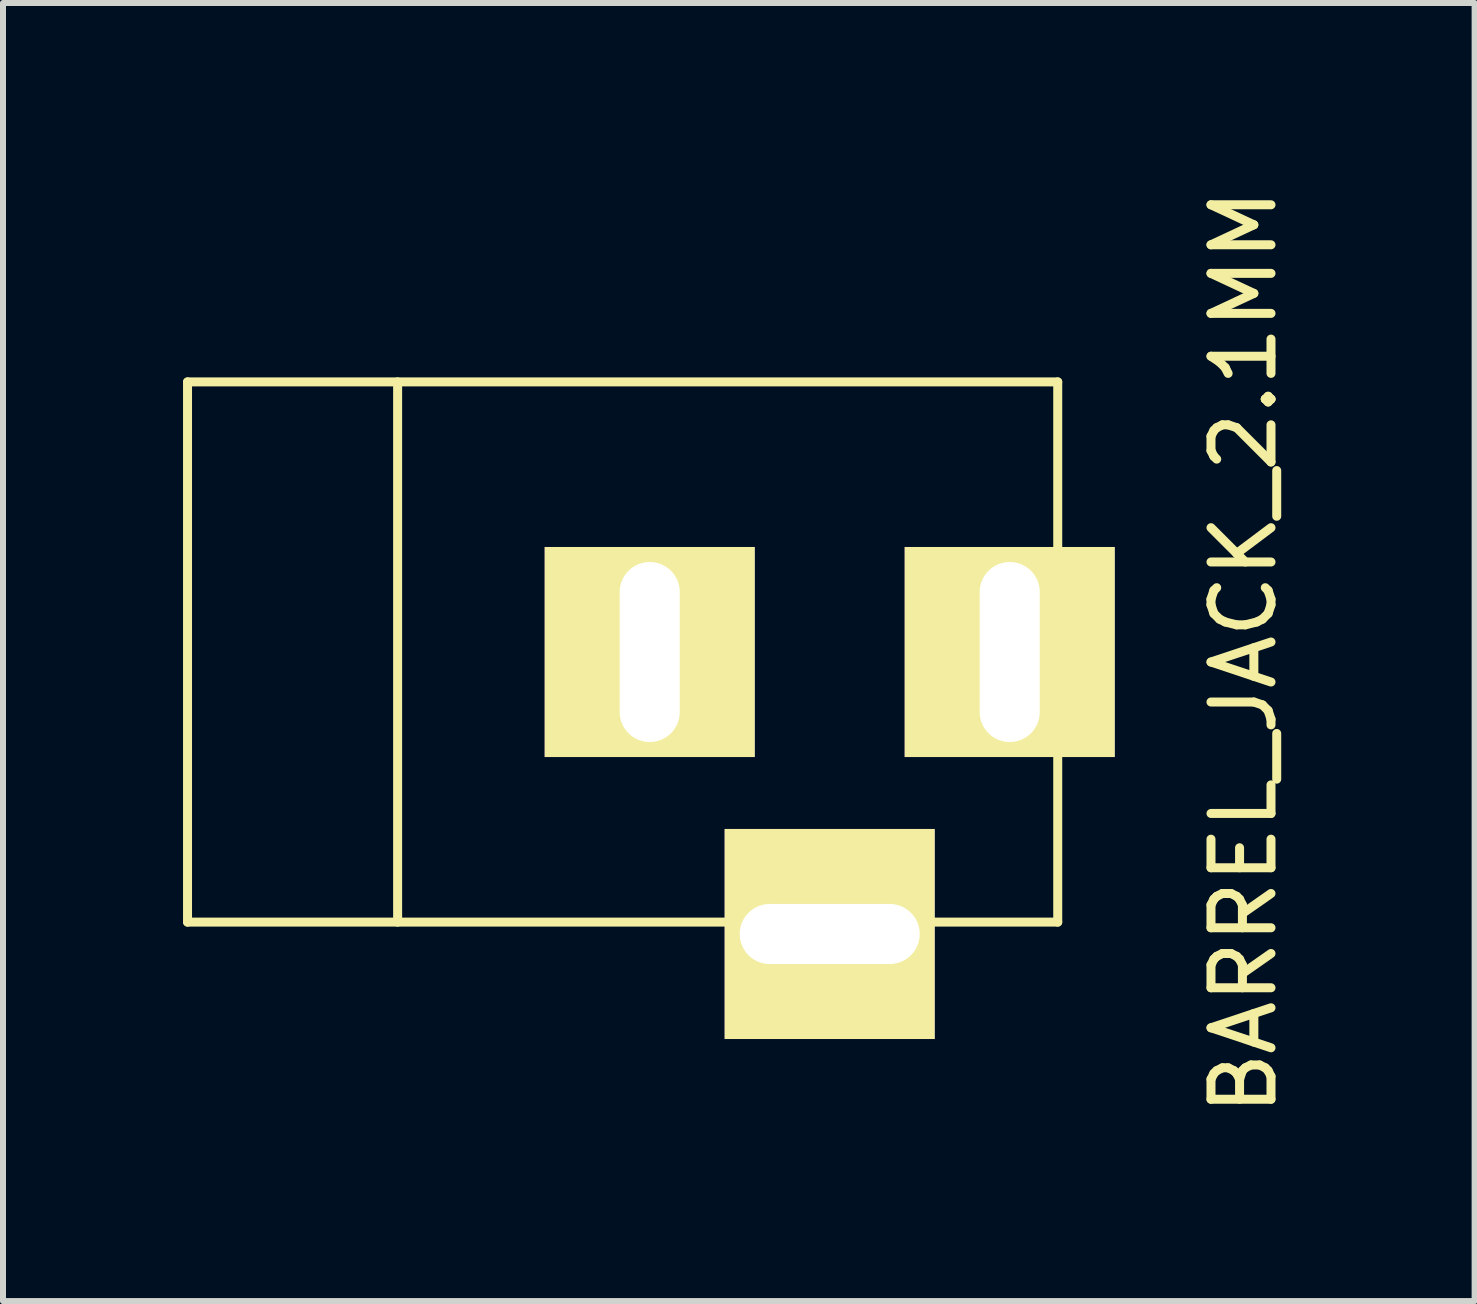
<source format=kicad_pcb>
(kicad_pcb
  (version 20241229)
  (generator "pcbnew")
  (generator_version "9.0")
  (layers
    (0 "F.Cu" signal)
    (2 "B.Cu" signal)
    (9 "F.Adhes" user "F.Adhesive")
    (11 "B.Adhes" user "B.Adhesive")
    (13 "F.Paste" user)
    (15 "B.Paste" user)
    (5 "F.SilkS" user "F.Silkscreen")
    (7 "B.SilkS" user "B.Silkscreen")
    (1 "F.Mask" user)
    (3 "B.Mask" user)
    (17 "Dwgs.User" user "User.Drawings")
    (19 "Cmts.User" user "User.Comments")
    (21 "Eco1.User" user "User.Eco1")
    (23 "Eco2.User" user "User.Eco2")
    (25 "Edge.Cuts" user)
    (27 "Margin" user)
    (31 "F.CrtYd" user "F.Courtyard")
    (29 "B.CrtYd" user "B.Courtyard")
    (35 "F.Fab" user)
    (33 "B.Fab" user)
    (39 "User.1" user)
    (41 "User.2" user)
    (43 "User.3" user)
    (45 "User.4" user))
  (footprint "BARREL_JACK_2.1MM"
    (layer "F.Cu")
    (at 7.576 7.815)
    (property "Reference" "BARREL_JACK_2.1MM" (at 10.099 0 90) (layer "F.SilkS") (effects (font (size 1 1) (thickness 0.15))))
    (attr through_hole)
    (fp_line (start -7.501 -4.501) (end -7.501 4.501) (stroke (width 0.15) (type solid)) (layer "F.SilkS"))
    (fp_line (start -7.501 4.501) (end 7 4.501) (stroke (width 0.15) (type solid)) (layer "F.SilkS"))
    (fp_line (start -4 -4.501) (end -4 4.501) (stroke (width 0.15) (type solid)) (layer "F.SilkS"))
    (fp_line (start 7 -4.501) (end -7.501 -4.501) (stroke (width 0.15) (type solid)) (layer "F.SilkS"))
    (fp_line (start 7 4.501) (end 7 -4.501) (stroke (width 0.15) (type solid)) (layer "F.SilkS"))
    (pad "1" thru_hole rect (at 6.2 0) (size 3.5 3.5) (drill oval 1.001 3) (layers "*.Cu" "*.Mask" "F.SilkS"))
    (pad "2" thru_hole rect (at 0.201 0) (size 3.5 3.5) (drill oval 1.001 3) (layers "*.Cu" "*.Mask" "F.SilkS"))
    (pad "3" thru_hole rect (at 3.2 4.699) (size 3.5 3.5) (drill oval 3 1.001) (layers "*.Cu" "*.Mask" "F.SilkS")))
  (gr_rect
    (start -3 -3)
    (end 21.523 18.631)
    (stroke (width 0.1) (type default))
    (fill no)
    (layer "Edge.Cuts")))
</source>
